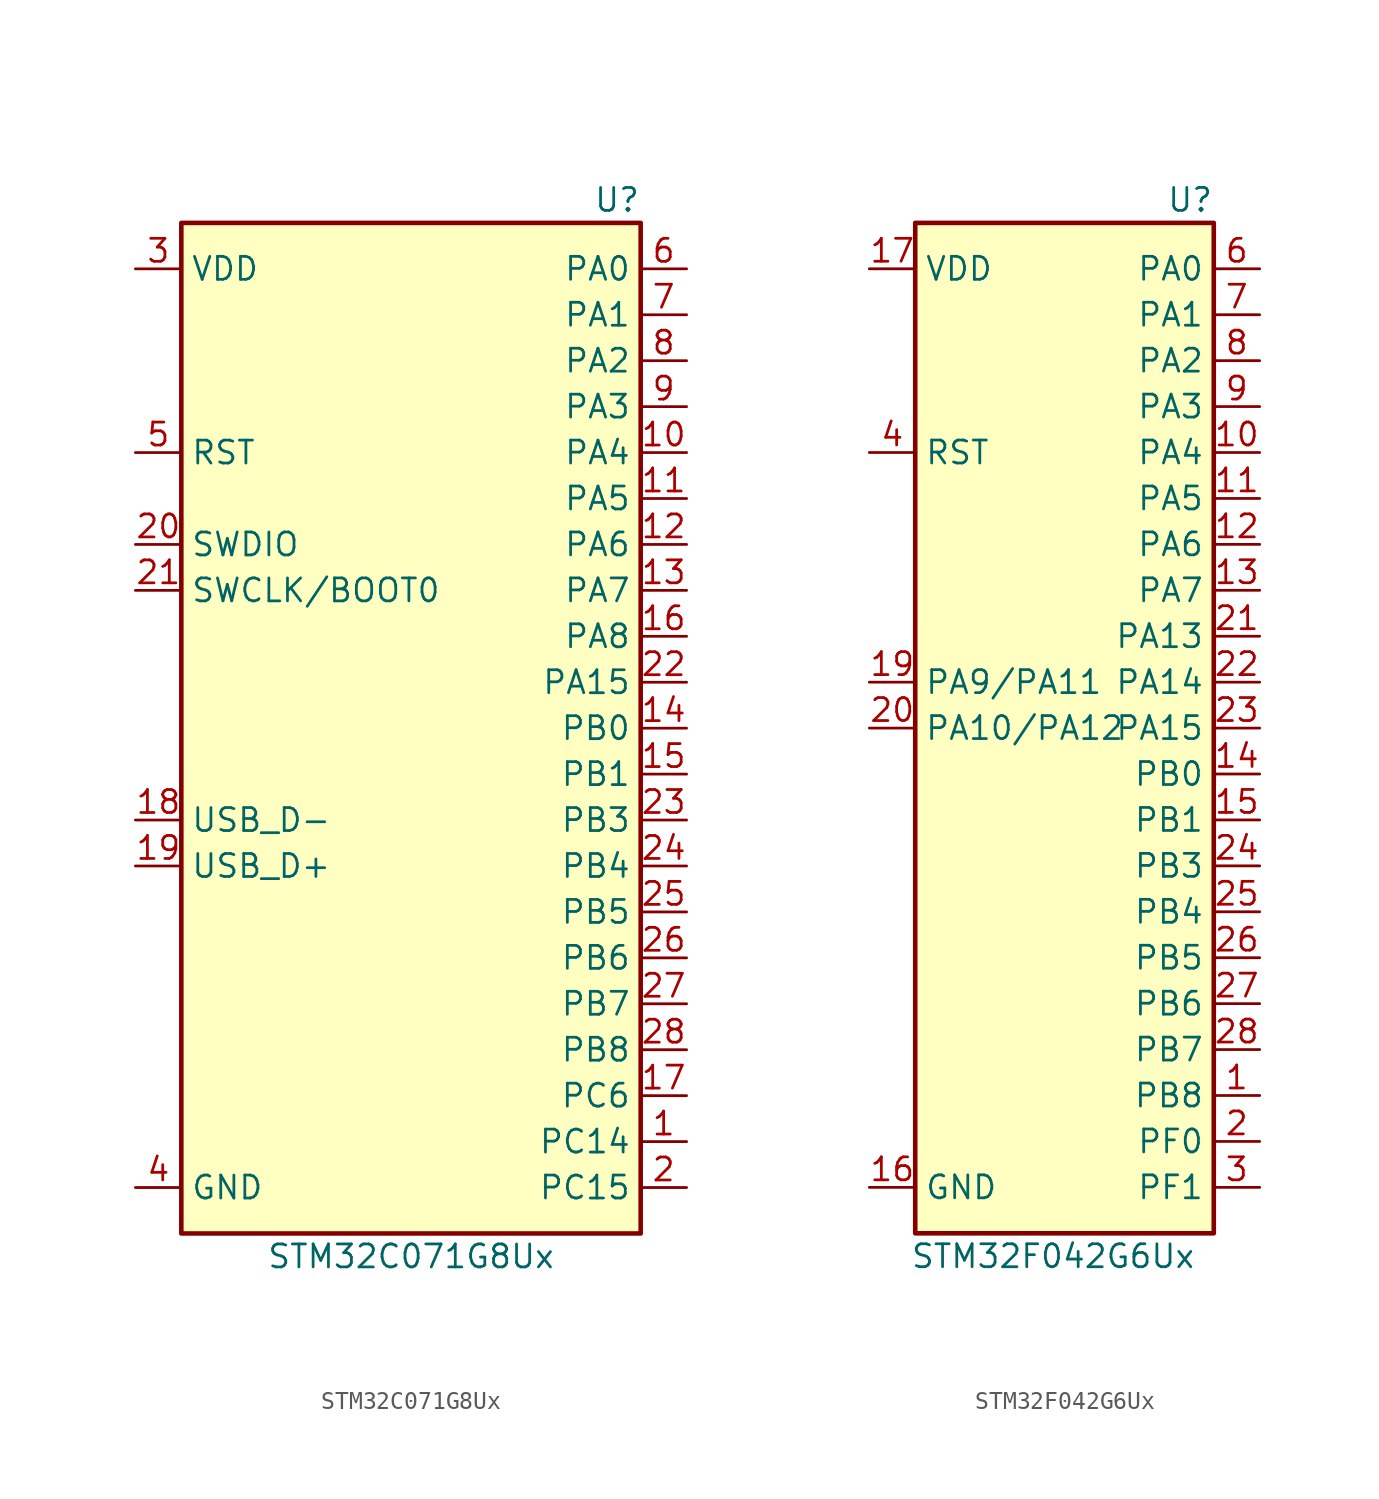
<source format=kicad_sym>
(kicad_symbol_lib
  (version 20241209)
  (generator "kicad_symbol_editor")
  (generator_version "9.0")
  (symbol "STM32C071G8Ux"
    (property "Reference" "U"
      (at 12.7 29.21 0)
      (effects (font (size 1.27 1.27)) (justify right)))
    (property "Value" "STM32C071G8Ux"
      (at 0 -29.21 0)
      (effects (font (size 1.27 1.27))))
    (symbol "STM32C071G8Ux_0_1"
      (rectangle (start -12.7 27.94) (end 12.7 -27.94) (stroke (width 0.254) (type default)) (fill (type background))))
    (symbol "STM32C071G8Ux_1_1"
      (pin power_in line (at -15.24 25.4 0) (length 2.54) (name "VDD" (effects (font (size 1.27 1.27)))) (number "3" (effects (font (size 1.27 1.27)))))
      (pin bidirectional line (at -15.24 15.24 0) (length 2.54) (name "RST" (effects (font (size 1.27 1.27)))) (number "5" (effects (font (size 1.27 1.27)))) (alternate "RCC_MCO" bidirectional line) (alternate "TIM1_CH4" bidirectional line))
      (pin bidirectional line (at -15.24 10.16 0) (length 2.54) (name "SWDIO" (effects (font (size 1.27 1.27)))) (number "20" (effects (font (size 1.27 1.27)))) (alternate "ADC1_IN13" bidirectional line) (alternate "DEBUG_SWDIO" bidirectional line) (alternate "IR_OUT" bidirectional line) (alternate "TIM3_ETR" bidirectional line) (alternate "USART2_RX" bidirectional line) (alternate "USB_NOE" bidirectional line))
      (pin bidirectional line (at -15.24 7.62 0) (length 2.54) (name "SWCLK/BOOT0" (effects (font (size 1.27 1.27)))) (number "21" (effects (font (size 1.27 1.27)))) (alternate "ADC1_IN14" bidirectional line) (alternate "DEBUG_SWCLK" bidirectional line) (alternate "I2S1_WS" bidirectional line) (alternate "RCC_MCO2" bidirectional line) (alternate "SPI1_NSS" bidirectional line) (alternate "TIM1_CH1" bidirectional line) (alternate "USART1_CK" bidirectional line) (alternate "USART1_DE" bidirectional line) (alternate "USART1_RTS" bidirectional line) (alternate "USART2_RX" bidirectional line) (alternate "USART2_TX" bidirectional line))
      (pin bidirectional line (at -15.24 -5.08 0) (length 2.54) (name "USB_D-" (effects (font (size 1.27 1.27)))) (number "18" (effects (font (size 1.27 1.27)))) (alternate "ADC1_EXTI11" bidirectional line) (alternate "I2C2_SCL" bidirectional line) (alternate "I2S1_MCK" bidirectional line) (alternate "SPI1_MISO" bidirectional line) (alternate "TIM1_BKIN2" bidirectional line) (alternate "TIM1_CH4" bidirectional line) (alternate "USART1_CTS" bidirectional line) (alternate "USART1_NSS" bidirectional line) (alternate "USB_DM" bidirectional line))
      (pin bidirectional line (at -15.24 -7.62 0) (length 2.54) (name "USB_D+" (effects (font (size 1.27 1.27)))) (number "19" (effects (font (size 1.27 1.27)))) (alternate "I2C2_SDA" bidirectional line) (alternate "I2S1_SD" bidirectional line) (alternate "I2S_CKIN" bidirectional line) (alternate "SPI1_MOSI" bidirectional line) (alternate "TIM1_ETR" bidirectional line) (alternate "USART1_CK" bidirectional line) (alternate "USART1_DE" bidirectional line) (alternate "USART1_RTS" bidirectional line) (alternate "USB_DP" bidirectional line))
      (pin power_in line (at -15.24 -25.4 0) (length 2.54) (name "GND" (effects (font (size 1.27 1.27)))) (number "4" (effects (font (size 1.27 1.27)))))
      (pin bidirectional line (at 15.24 25.4 180) (length 2.54) (name "PA0" (effects (font (size 1.27 1.27)))) (number "6" (effects (font (size 1.27 1.27)))) (alternate "ADC1_IN0" bidirectional line) (alternate "PWR_WKUP1" bidirectional line) (alternate "SPI2_SCK" bidirectional line) (alternate "TIM16_CH1" bidirectional line) (alternate "TIM1_CH1" bidirectional line) (alternate "TIM2_CH1" bidirectional line) (alternate "TIM2_ETR" bidirectional line) (alternate "USART1_TX" bidirectional line) (alternate "USART2_CTS" bidirectional line) (alternate "USART2_NSS" bidirectional line))
      (pin bidirectional line (at 15.24 22.86 180) (length 2.54) (name "PA1" (effects (font (size 1.27 1.27)))) (number "7" (effects (font (size 1.27 1.27)))) (alternate "ADC1_IN1" bidirectional line) (alternate "I2C1_SMBA" bidirectional line) (alternate "I2S1_CK" bidirectional line) (alternate "SPI1_SCK" bidirectional line) (alternate "TIM17_CH1" bidirectional line) (alternate "TIM1_CH2" bidirectional line) (alternate "TIM2_CH2" bidirectional line) (alternate "USART1_RX" bidirectional line) (alternate "USART2_CK" bidirectional line) (alternate "USART2_DE" bidirectional line) (alternate "USART2_RTS" bidirectional line))
      (pin bidirectional line (at 15.24 20.32 180) (length 2.54) (name "PA2" (effects (font (size 1.27 1.27)))) (number "8" (effects (font (size 1.27 1.27)))) (alternate "ADC1_IN2" bidirectional line) (alternate "I2S1_SD" bidirectional line) (alternate "PWR_WKUP4" bidirectional line) (alternate "RCC_LSCO" bidirectional line) (alternate "SPI1_MOSI" bidirectional line) (alternate "TIM16_CH1N" bidirectional line) (alternate "TIM1_CH3" bidirectional line) (alternate "TIM2_CH3" bidirectional line) (alternate "TIM3_ETR" bidirectional line) (alternate "USART2_TX" bidirectional line))
      (pin bidirectional line (at 15.24 17.78 180) (length 2.54) (name "PA3" (effects (font (size 1.27 1.27)))) (number "9" (effects (font (size 1.27 1.27)))) (alternate "ADC1_IN3" bidirectional line) (alternate "SPI2_MISO" bidirectional line) (alternate "TIM1_CH1N" bidirectional line) (alternate "TIM1_CH4" bidirectional line) (alternate "TIM2_CH4" bidirectional line) (alternate "USART2_RX" bidirectional line))
      (pin bidirectional line (at 15.24 15.24 180) (length 2.54) (name "PA4" (effects (font (size 1.27 1.27)))) (number "10" (effects (font (size 1.27 1.27)))) (alternate "ADC1_IN4" bidirectional line) (alternate "I2S1_WS" bidirectional line) (alternate "PWR_WKUP2" bidirectional line) (alternate "RTC_OUT1" bidirectional line) (alternate "RTC_TS" bidirectional line) (alternate "SPI1_NSS" bidirectional line) (alternate "SPI2_MOSI" bidirectional line) (alternate "TIM14_CH1" bidirectional line) (alternate "TIM17_CH1N" bidirectional line) (alternate "TIM1_CH2N" bidirectional line) (alternate "USART2_TX" bidirectional line) (alternate "USB_NOE" bidirectional line))
      (pin bidirectional line (at 15.24 12.7 180) (length 2.54) (name "PA5" (effects (font (size 1.27 1.27)))) (number "11" (effects (font (size 1.27 1.27)))) (alternate "ADC1_IN5" bidirectional line) (alternate "I2S1_CK" bidirectional line) (alternate "SPI1_SCK" bidirectional line) (alternate "TIM1_CH1" bidirectional line) (alternate "TIM1_CH3N" bidirectional line) (alternate "TIM2_CH1" bidirectional line) (alternate "TIM2_ETR" bidirectional line) (alternate "USART2_RX" bidirectional line))
      (pin bidirectional line (at 15.24 10.16 180) (length 2.54) (name "PA6" (effects (font (size 1.27 1.27)))) (number "12" (effects (font (size 1.27 1.27)))) (alternate "ADC1_IN6" bidirectional line) (alternate "I2C2_SDA" bidirectional line) (alternate "I2S1_MCK" bidirectional line) (alternate "SPI1_MISO" bidirectional line) (alternate "TIM16_CH1" bidirectional line) (alternate "TIM1_BKIN" bidirectional line) (alternate "TIM3_CH1" bidirectional line))
      (pin bidirectional line (at 15.24 7.62 180) (length 2.54) (name "PA7" (effects (font (size 1.27 1.27)))) (number "13" (effects (font (size 1.27 1.27)))) (alternate "ADC1_IN7" bidirectional line) (alternate "I2C2_SCL" bidirectional line) (alternate "I2S1_SD" bidirectional line) (alternate "SPI1_MOSI" bidirectional line) (alternate "TIM14_CH1" bidirectional line) (alternate "TIM17_CH1" bidirectional line) (alternate "TIM1_CH1N" bidirectional line) (alternate "TIM3_CH2" bidirectional line))
      (pin bidirectional line (at 15.24 5.08 180) (length 2.54) (name "PA8" (effects (font (size 1.27 1.27)))) (number "16" (effects (font (size 1.27 1.27)))) (alternate "ADC1_IN8" bidirectional line) (alternate "CRS_SYNC" bidirectional line) (alternate "I2S1_WS" bidirectional line) (alternate "RCC_MCO" bidirectional line) (alternate "RCC_MCO2" bidirectional line) (alternate "SPI1_NSS" bidirectional line) (alternate "SPI2_MISO" bidirectional line) (alternate "SPI2_NSS" bidirectional line) (alternate "TIM14_CH1" bidirectional line) (alternate "TIM1_CH1" bidirectional line) (alternate "TIM1_CH2N" bidirectional line) (alternate "TIM1_CH3N" bidirectional line) (alternate "TIM3_CH3" bidirectional line) (alternate "TIM3_CH4" bidirectional line) (alternate "USART1_RX" bidirectional line) (alternate "USART2_TX" bidirectional line))
      (pin bidirectional line (at 15.24 2.54 180) (length 2.54) (name "PA15" (effects (font (size 1.27 1.27)))) (number "22" (effects (font (size 1.27 1.27)))) (alternate "I2S1_WS" bidirectional line) (alternate "RCC_MCO2" bidirectional line) (alternate "SPI1_NSS" bidirectional line) (alternate "TIM1_CH1" bidirectional line) (alternate "TIM2_CH1" bidirectional line) (alternate "TIM2_ETR" bidirectional line) (alternate "USART1_CK" bidirectional line) (alternate "USART1_DE" bidirectional line) (alternate "USART1_RTS" bidirectional line) (alternate "USART2_RX" bidirectional line) (alternate "USB_NOE" bidirectional line))
      (pin bidirectional line (at 15.24 0 180) (length 2.54) (name "PB0" (effects (font (size 1.27 1.27)))) (number "14" (effects (font (size 1.27 1.27)))) (alternate "ADC1_IN17" bidirectional line) (alternate "I2S1_WS" bidirectional line) (alternate "SPI1_NSS" bidirectional line) (alternate "TIM1_CH2N" bidirectional line) (alternate "TIM3_CH3" bidirectional line))
      (pin bidirectional line (at 15.24 -2.54 180) (length 2.54) (name "PB1" (effects (font (size 1.27 1.27)))) (number "15" (effects (font (size 1.27 1.27)))) (alternate "ADC1_IN18" bidirectional line) (alternate "TIM14_CH1" bidirectional line) (alternate "TIM1_CH2N" bidirectional line) (alternate "TIM1_CH3N" bidirectional line) (alternate "TIM3_CH4" bidirectional line))
      (pin bidirectional line (at 15.24 -5.08 180) (length 2.54) (name "PB3" (effects (font (size 1.27 1.27)))) (number "23" (effects (font (size 1.27 1.27)))) (alternate "I2C2_SCL" bidirectional line) (alternate "I2S1_CK" bidirectional line) (alternate "SPI1_SCK" bidirectional line) (alternate "TIM1_CH2" bidirectional line) (alternate "TIM2_CH2" bidirectional line) (alternate "TIM3_CH2" bidirectional line) (alternate "USART1_CK" bidirectional line) (alternate "USART1_DE" bidirectional line) (alternate "USART1_RTS" bidirectional line))
      (pin bidirectional line (at 15.24 -7.62 180) (length 2.54) (name "PB4" (effects (font (size 1.27 1.27)))) (number "24" (effects (font (size 1.27 1.27)))) (alternate "I2C2_SDA" bidirectional line) (alternate "I2S1_MCK" bidirectional line) (alternate "SPI1_MISO" bidirectional line) (alternate "TIM17_BKIN" bidirectional line) (alternate "TIM3_CH1" bidirectional line) (alternate "USART1_CTS" bidirectional line) (alternate "USART1_NSS" bidirectional line))
      (pin bidirectional line (at 15.24 -10.16 180) (length 2.54) (name "PB5" (effects (font (size 1.27 1.27)))) (number "25" (effects (font (size 1.27 1.27)))) (alternate "I2C1_SMBA" bidirectional line) (alternate "I2S1_SD" bidirectional line) (alternate "PWR_WKUP6" bidirectional line) (alternate "SPI1_MOSI" bidirectional line) (alternate "TIM16_BKIN" bidirectional line) (alternate "TIM3_CH2" bidirectional line) (alternate "TIM3_CH3" bidirectional line))
      (pin bidirectional line (at 15.24 -12.7 180) (length 2.54) (name "PB6" (effects (font (size 1.27 1.27)))) (number "26" (effects (font (size 1.27 1.27)))) (alternate "I2C1_SCL" bidirectional line) (alternate "I2C1_SMBA" bidirectional line) (alternate "I2S1_CK" bidirectional line) (alternate "I2S1_MCK" bidirectional line) (alternate "I2S1_SD" bidirectional line) (alternate "PWR_WKUP3" bidirectional line) (alternate "SPI1_MISO" bidirectional line) (alternate "SPI1_MOSI" bidirectional line) (alternate "SPI1_SCK" bidirectional line) (alternate "SPI2_MISO" bidirectional line) (alternate "TIM16_BKIN" bidirectional line) (alternate "TIM16_CH1N" bidirectional line) (alternate "TIM17_BKIN" bidirectional line) (alternate "TIM1_CH2" bidirectional line) (alternate "TIM1_CH3" bidirectional line) (alternate "TIM3_CH1" bidirectional line) (alternate "TIM3_CH2" bidirectional line) (alternate "TIM3_CH3" bidirectional line) (alternate "USART1_CTS" bidirectional line) (alternate "USART1_NSS" bidirectional line) (alternate "USART1_TX" bidirectional line))
      (pin bidirectional line (at 15.24 -15.24 180) (length 2.54) (name "PB7" (effects (font (size 1.27 1.27)))) (number "27" (effects (font (size 1.27 1.27)))) (alternate "I2C1_SCL" bidirectional line) (alternate "I2C1_SDA" bidirectional line) (alternate "RTC_REFIN" bidirectional line) (alternate "SPI2_MOSI" bidirectional line) (alternate "TIM16_CH1" bidirectional line) (alternate "TIM17_CH1N" bidirectional line) (alternate "TIM1_CH4" bidirectional line) (alternate "TIM3_CH1" bidirectional line) (alternate "TIM3_CH4" bidirectional line) (alternate "USART1_RX" bidirectional line) (alternate "USART2_CTS" bidirectional line) (alternate "USART2_NSS" bidirectional line))
      (pin bidirectional line (at 15.24 -17.78 180) (length 2.54) (name "PB8" (effects (font (size 1.27 1.27)))) (number "28" (effects (font (size 1.27 1.27)))) (alternate "I2C1_SCL" bidirectional line) (alternate "SPI2_SCK" bidirectional line) (alternate "TIM16_CH1" bidirectional line) (alternate "TIM3_CH1" bidirectional line) (alternate "USART2_CTS" bidirectional line) (alternate "USART2_NSS" bidirectional line))
      (pin bidirectional line (at 15.24 -20.32 180) (length 2.54) (name "PC6" (effects (font (size 1.27 1.27)))) (number "17" (effects (font (size 1.27 1.27)))) (alternate "TIM2_CH3" bidirectional line) (alternate "TIM3_CH1" bidirectional line))
      (pin bidirectional line (at 15.24 -22.86 180) (length 2.54) (name "PC14" (effects (font (size 1.27 1.27)))) (number "1" (effects (font (size 1.27 1.27)))) (alternate "I2C1_SDA" bidirectional line) (alternate "IR_OUT" bidirectional line) (alternate "RCC_OSCX_IN" bidirectional line) (alternate "SPI2_NSS" bidirectional line) (alternate "TIM17_CH1" bidirectional line) (alternate "TIM1_BKIN2" bidirectional line) (alternate "TIM1_ETR" bidirectional line) (alternate "TIM3_CH2" bidirectional line) (alternate "USART1_TX" bidirectional line) (alternate "USART2_CK" bidirectional line) (alternate "USART2_DE" bidirectional line) (alternate "USART2_RTS" bidirectional line))
      (pin bidirectional line (at 15.24 -25.4 180) (length 2.54) (name "PC15" (effects (font (size 1.27 1.27)))) (number "2" (effects (font (size 1.27 1.27)))) (alternate "RCC_OSC32_EN" bidirectional line) (alternate "RCC_OSCX_OUT" bidirectional line) (alternate "RCC_OSC_EN" bidirectional line) (alternate "TIM1_ETR" bidirectional line) (alternate "TIM3_CH3" bidirectional line))))
  (symbol "STM32F042G6Ux"
    (property "Reference" "U"
      (at 8.89 29.21 0)
      (effects (font (size 1.27 1.27)) (justify right)))
    (property "Value" "STM32F042G6Ux"
      (at 0 -29.21 0)
      (effects (font (size 1.27 1.27))))
    (property "ki_locked" ""
      (at 0 0 0)
      (effects (font (size 1.27 1.27))))
    (symbol "STM32F042G6Ux_0_1"
      (rectangle (start -7.62 27.94) (end 8.89 -27.94) (stroke (width 0.254) (type default)) (fill (type background))))
    (symbol "STM32F042G6Ux_1_1"
      (pin power_in line (at -10.16 25.4 0) (length 2.54) (name "VDD" (effects (font (size 1.27 1.27)))) (number "17" (effects (font (size 1.27 1.27)))))
      (pin passive line (at -10.16 25.4 0) (length 2.54) (hide yes) (name "VDDIO2" (effects (font (size 1.27 1.27)))) (number "18" (effects (font (size 1.27 1.27)))))
      (pin passive line (at -10.16 25.4 0) (length 2.54) (hide yes) (name "VDDA" (effects (font (size 1.27 1.27)))) (number "5" (effects (font (size 1.27 1.27)))))
      (pin input line (at -10.16 15.24 0) (length 2.54) (name "RST" (effects (font (size 1.27 1.27)))) (number "4" (effects (font (size 1.27 1.27)))))
      (pin bidirectional line (at -10.16 2.54 0) (length 2.54) (name "PA9/PA11" (effects (font (size 1.27 1.27)))) (number "19" (effects (font (size 1.27 1.27)))) (alternate "I2C1_SCL" bidirectional line) (alternate "TIM1_CH2" bidirectional line) (alternate "TSC_G4_IO1" bidirectional line) (alternate "USART1_TX" bidirectional line) (alternate "USB_D-" bidirectional line))
      (pin bidirectional line (at -10.16 0 0) (length 2.54) (name "PA10/PA12" (effects (font (size 1.27 1.27)))) (number "20" (effects (font (size 1.27 1.27)))) (alternate "I2C1_SDA" bidirectional line) (alternate "TIM17_BKIN" bidirectional line) (alternate "TIM1_CH3" bidirectional line) (alternate "TSC_G4_IO2" bidirectional line) (alternate "USART1_RX" bidirectional line) (alternate "USB_D+" bidirectional line))
      (pin power_in line (at -10.16 -25.4 0) (length 2.54) (name "GND" (effects (font (size 1.27 1.27)))) (number "16" (effects (font (size 1.27 1.27)))))
      (pin bidirectional line (at 11.43 25.4 180) (length 2.54) (name "PA0" (effects (font (size 1.27 1.27)))) (number "6" (effects (font (size 1.27 1.27)))) (alternate "ADC_IN0" bidirectional line) (alternate "RTC_TAMP2" bidirectional line) (alternate "SYS_WKUP1" bidirectional line) (alternate "TIM2_CH1" bidirectional line) (alternate "TIM2_ETR" bidirectional line) (alternate "TSC_G1_IO1" bidirectional line) (alternate "USART2_CTS" bidirectional line))
      (pin bidirectional line (at 11.43 22.86 180) (length 2.54) (name "PA1" (effects (font (size 1.27 1.27)))) (number "7" (effects (font (size 1.27 1.27)))) (alternate "ADC_IN1" bidirectional line) (alternate "TIM2_CH2" bidirectional line) (alternate "TSC_G1_IO2" bidirectional line) (alternate "USART2_DE" bidirectional line) (alternate "USART2_RTS" bidirectional line))
      (pin bidirectional line (at 11.43 20.32 180) (length 2.54) (name "PA2" (effects (font (size 1.27 1.27)))) (number "8" (effects (font (size 1.27 1.27)))) (alternate "ADC_IN2" bidirectional line) (alternate "SYS_WKUP4" bidirectional line) (alternate "TIM2_CH3" bidirectional line) (alternate "TSC_G1_IO3" bidirectional line) (alternate "USART2_TX" bidirectional line))
      (pin bidirectional line (at 11.43 17.78 180) (length 2.54) (name "PA3" (effects (font (size 1.27 1.27)))) (number "9" (effects (font (size 1.27 1.27)))) (alternate "ADC_IN3" bidirectional line) (alternate "TIM2_CH4" bidirectional line) (alternate "TSC_G1_IO4" bidirectional line) (alternate "USART2_RX" bidirectional line))
      (pin bidirectional line (at 11.43 15.24 180) (length 2.54) (name "PA4" (effects (font (size 1.27 1.27)))) (number "10" (effects (font (size 1.27 1.27)))) (alternate "ADC_IN4" bidirectional line) (alternate "I2S1_WS" bidirectional line) (alternate "SPI1_NSS" bidirectional line) (alternate "TIM14_CH1" bidirectional line) (alternate "TSC_G2_IO1" bidirectional line) (alternate "USART2_CK" bidirectional line) (alternate "USB_NOE" bidirectional line))
      (pin bidirectional line (at 11.43 12.7 180) (length 2.54) (name "PA5" (effects (font (size 1.27 1.27)))) (number "11" (effects (font (size 1.27 1.27)))) (alternate "ADC_IN5" bidirectional line) (alternate "CEC" bidirectional line) (alternate "I2S1_CK" bidirectional line) (alternate "SPI1_SCK" bidirectional line) (alternate "TIM2_CH1" bidirectional line) (alternate "TIM2_ETR" bidirectional line) (alternate "TSC_G2_IO2" bidirectional line))
      (pin bidirectional line (at 11.43 10.16 180) (length 2.54) (name "PA6" (effects (font (size 1.27 1.27)))) (number "12" (effects (font (size 1.27 1.27)))) (alternate "ADC_IN6" bidirectional line) (alternate "I2S1_MCK" bidirectional line) (alternate "SPI1_MISO" bidirectional line) (alternate "TIM16_CH1" bidirectional line) (alternate "TIM1_BKIN" bidirectional line) (alternate "TIM3_CH1" bidirectional line) (alternate "TSC_G2_IO3" bidirectional line))
      (pin bidirectional line (at 11.43 7.62 180) (length 2.54) (name "PA7" (effects (font (size 1.27 1.27)))) (number "13" (effects (font (size 1.27 1.27)))) (alternate "ADC_IN7" bidirectional line) (alternate "I2S1_SD" bidirectional line) (alternate "SPI1_MOSI" bidirectional line) (alternate "TIM14_CH1" bidirectional line) (alternate "TIM17_CH1" bidirectional line) (alternate "TIM1_CH1N" bidirectional line) (alternate "TIM3_CH2" bidirectional line) (alternate "TSC_G2_IO4" bidirectional line))
      (pin bidirectional line (at 11.43 5.08 180) (length 2.54) (name "PA13" (effects (font (size 1.27 1.27)))) (number "21" (effects (font (size 1.27 1.27)))) (alternate "IR_OUT" bidirectional line) (alternate "SYS_SWDIO" bidirectional line) (alternate "USB_NOE" bidirectional line))
      (pin bidirectional line (at 11.43 2.54 180) (length 2.54) (name "PA14" (effects (font (size 1.27 1.27)))) (number "22" (effects (font (size 1.27 1.27)))) (alternate "SYS_SWCLK" bidirectional line) (alternate "USART2_TX" bidirectional line))
      (pin bidirectional line (at 11.43 0 180) (length 2.54) (name "PA15" (effects (font (size 1.27 1.27)))) (number "23" (effects (font (size 1.27 1.27)))) (alternate "I2S1_WS" bidirectional line) (alternate "SPI1_NSS" bidirectional line) (alternate "TIM2_CH1" bidirectional line) (alternate "TIM2_ETR" bidirectional line) (alternate "USART2_RX" bidirectional line) (alternate "USB_NOE" bidirectional line))
      (pin bidirectional line (at 11.43 -2.54 180) (length 2.54) (name "PB0" (effects (font (size 1.27 1.27)))) (number "14" (effects (font (size 1.27 1.27)))) (alternate "ADC_IN8" bidirectional line) (alternate "TIM1_CH2N" bidirectional line) (alternate "TIM3_CH3" bidirectional line) (alternate "TSC_G3_IO2" bidirectional line))
      (pin bidirectional line (at 11.43 -5.08 180) (length 2.54) (name "PB1" (effects (font (size 1.27 1.27)))) (number "15" (effects (font (size 1.27 1.27)))) (alternate "ADC_IN9" bidirectional line) (alternate "TIM14_CH1" bidirectional line) (alternate "TIM1_CH3N" bidirectional line) (alternate "TIM3_CH4" bidirectional line) (alternate "TSC_G3_IO3" bidirectional line))
      (pin bidirectional line (at 11.43 -7.62 180) (length 2.54) (name "PB3" (effects (font (size 1.27 1.27)))) (number "24" (effects (font (size 1.27 1.27)))) (alternate "I2S1_CK" bidirectional line) (alternate "SPI1_SCK" bidirectional line) (alternate "TIM2_CH2" bidirectional line) (alternate "TSC_G5_IO1" bidirectional line))
      (pin bidirectional line (at 11.43 -10.16 180) (length 2.54) (name "PB4" (effects (font (size 1.27 1.27)))) (number "25" (effects (font (size 1.27 1.27)))) (alternate "I2S1_MCK" bidirectional line) (alternate "SPI1_MISO" bidirectional line) (alternate "TIM17_BKIN" bidirectional line) (alternate "TIM3_CH1" bidirectional line) (alternate "TSC_G5_IO2" bidirectional line))
      (pin bidirectional line (at 11.43 -12.7 180) (length 2.54) (name "PB5" (effects (font (size 1.27 1.27)))) (number "26" (effects (font (size 1.27 1.27)))) (alternate "I2C1_SMBA" bidirectional line) (alternate "I2S1_SD" bidirectional line) (alternate "SPI1_MOSI" bidirectional line) (alternate "SYS_WKUP6" bidirectional line) (alternate "TIM16_BKIN" bidirectional line) (alternate "TIM3_CH2" bidirectional line))
      (pin bidirectional line (at 11.43 -15.24 180) (length 2.54) (name "PB6" (effects (font (size 1.27 1.27)))) (number "27" (effects (font (size 1.27 1.27)))) (alternate "I2C1_SCL" bidirectional line) (alternate "TIM16_CH1N" bidirectional line) (alternate "TSC_G5_IO3" bidirectional line) (alternate "USART1_TX" bidirectional line))
      (pin bidirectional line (at 11.43 -17.78 180) (length 2.54) (name "PB7" (effects (font (size 1.27 1.27)))) (number "28" (effects (font (size 1.27 1.27)))) (alternate "I2C1_SDA" bidirectional line) (alternate "TIM17_CH1N" bidirectional line) (alternate "TSC_G5_IO4" bidirectional line) (alternate "USART1_RX" bidirectional line))
      (pin bidirectional line (at 11.43 -20.32 180) (length 2.54) (name "PB8" (effects (font (size 1.27 1.27)))) (number "1" (effects (font (size 1.27 1.27)))) (alternate "CAN_RX" bidirectional line) (alternate "CEC" bidirectional line) (alternate "I2C1_SCL" bidirectional line) (alternate "TIM16_CH1" bidirectional line) (alternate "TSC_SYNC" bidirectional line))
      (pin bidirectional line (at 11.43 -22.86 180) (length 2.54) (name "PF0" (effects (font (size 1.27 1.27)))) (number "2" (effects (font (size 1.27 1.27)))) (alternate "CRS_SYNC" bidirectional line) (alternate "I2C1_SDA" bidirectional line) (alternate "RCC_OSC_IN" bidirectional line))
      (pin bidirectional line (at 11.43 -25.4 180) (length 2.54) (name "PF1" (effects (font (size 1.27 1.27)))) (number "3" (effects (font (size 1.27 1.27)))) (alternate "I2C1_SCL" bidirectional line) (alternate "RCC_OSC_OUT" bidirectional line)))))
</source>
